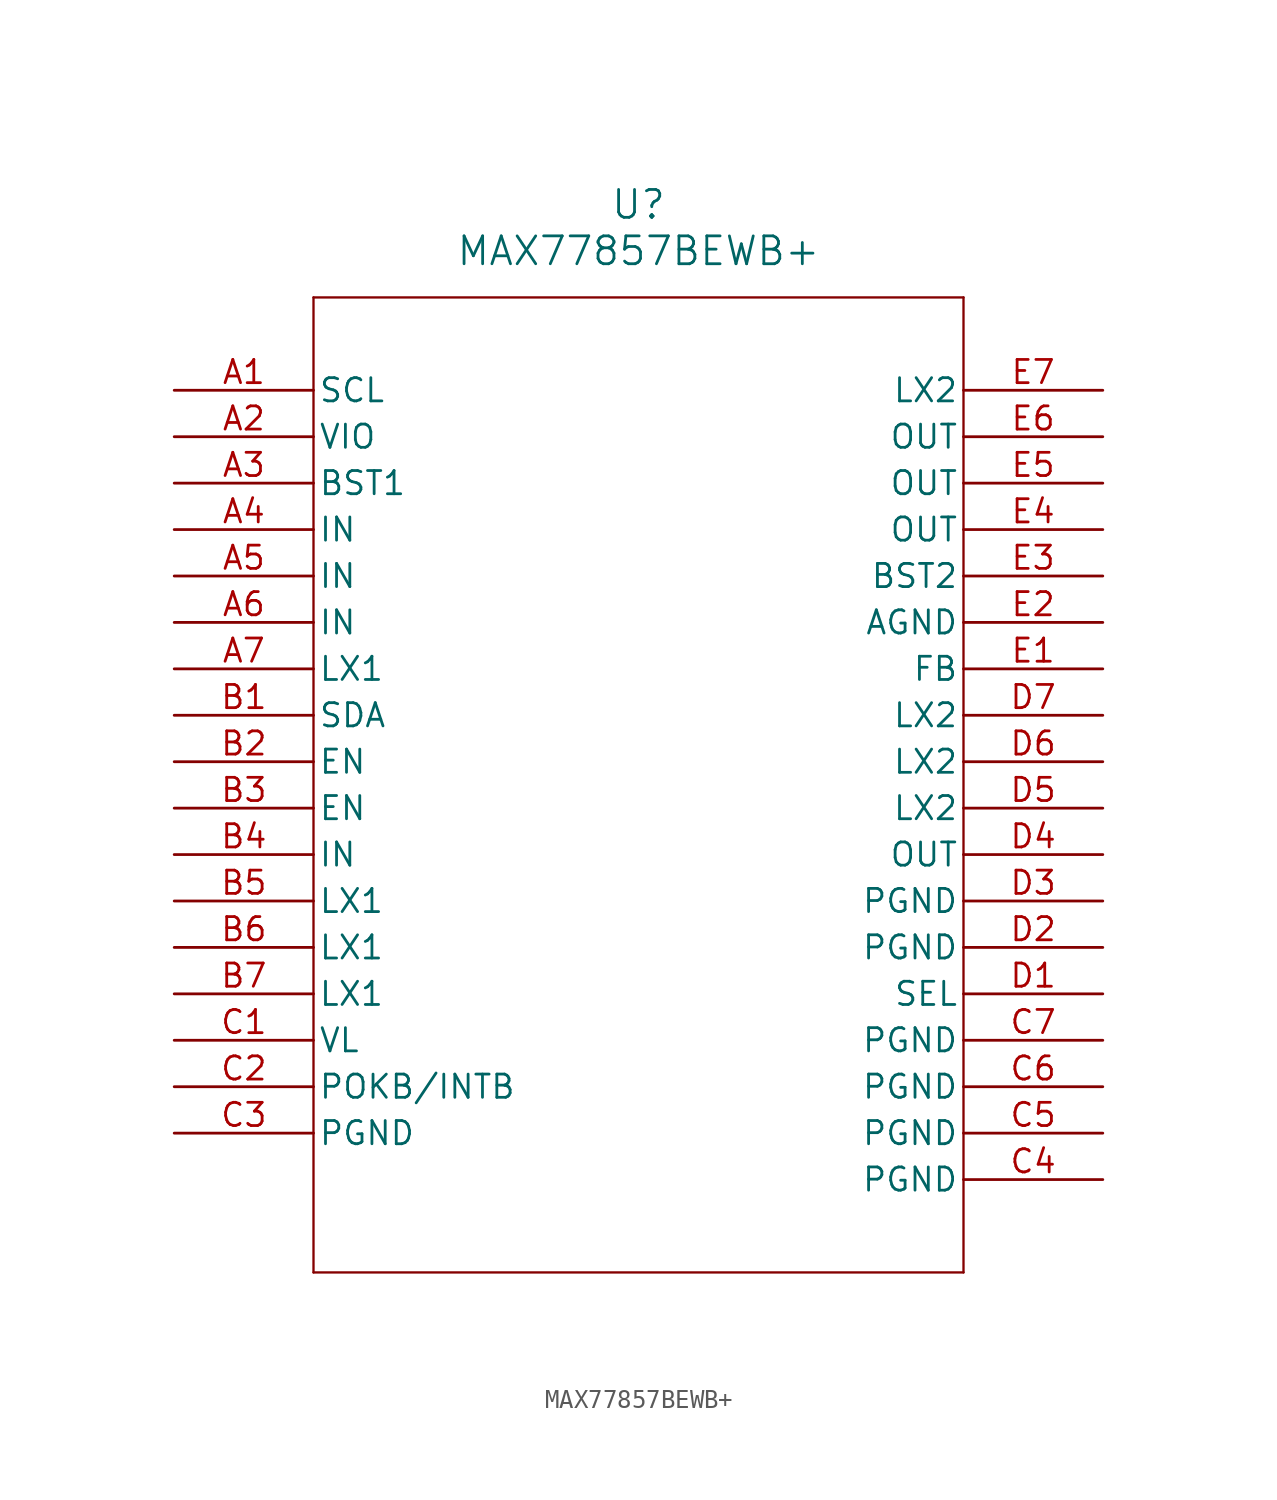
<source format=kicad_sym>
(kicad_symbol_lib
  (version 20211014)
  (generator kicad_symbol_editor)
  (symbol "MAX77857BEWB+"
    (pin_names
      (offset 0.254))
    (property "Reference" "U"
      (at 25.4 10.16 0)
      (effects (font (size 1.524 1.524))))
    (property "Value" "MAX77857BEWB+"
      (at 25.4 7.62 0)
      (effects (font (size 1.524 1.524))))
    (symbol "MAX77857BEWB+_0_1"
      (polyline (pts (xy 7.62 5.08) (xy 7.62 -48.26)) (stroke (width 0.127) (type default) (color 0 0 0 0)) (fill (type none)))
      (polyline (pts (xy 7.62 -48.26) (xy 43.18 -48.26)) (stroke (width 0.127) (type default) (color 0 0 0 0)) (fill (type none)))
      (polyline (pts (xy 43.18 -48.26) (xy 43.18 5.08)) (stroke (width 0.127) (type default) (color 0 0 0 0)) (fill (type none)))
      (polyline (pts (xy 43.18 5.08) (xy 7.62 5.08)) (stroke (width 0.127) (type default) (color 0 0 0 0)) (fill (type none)))
      (pin input line (at 0 0 0) (length 7.62) (name "SCL" (effects (font (size 1.27 1.27)))) (number "A1" (effects (font (size 1.27 1.27)))))
      (pin input line (at 0 -2.54 0) (length 7.62) (name "VIO" (effects (font (size 1.27 1.27)))) (number "A2" (effects (font (size 1.27 1.27)))))
      (pin unspecified line (at 0 -5.08 0) (length 7.62) (name "BST1" (effects (font (size 1.27 1.27)))) (number "A3" (effects (font (size 1.27 1.27)))))
      (pin input line (at 0 -7.62 0) (length 7.62) (name "IN" (effects (font (size 1.27 1.27)))) (number "A4" (effects (font (size 1.27 1.27)))))
      (pin input line (at 0 -10.16 0) (length 7.62) (name "IN" (effects (font (size 1.27 1.27)))) (number "A5" (effects (font (size 1.27 1.27)))))
      (pin input line (at 0 -12.7 0) (length 7.62) (name "IN" (effects (font (size 1.27 1.27)))) (number "A6" (effects (font (size 1.27 1.27)))))
      (pin power_in line (at 0 -15.24 0) (length 7.62) (name "LX1" (effects (font (size 1.27 1.27)))) (number "A7" (effects (font (size 1.27 1.27)))))
      (pin bidirectional line (at 0 -17.78 0) (length 7.62) (name "SDA" (effects (font (size 1.27 1.27)))) (number "B1" (effects (font (size 1.27 1.27)))))
      (pin input line (at 0 -20.32 0) (length 7.62) (name "EN" (effects (font (size 1.27 1.27)))) (number "B2" (effects (font (size 1.27 1.27)))))
      (pin input line (at 0 -22.86 0) (length 7.62) (name "EN" (effects (font (size 1.27 1.27)))) (number "B3" (effects (font (size 1.27 1.27)))))
      (pin input line (at 0 -25.4 0) (length 7.62) (name "IN" (effects (font (size 1.27 1.27)))) (number "B4" (effects (font (size 1.27 1.27)))))
      (pin power_in line (at 0 -27.94 0) (length 7.62) (name "LX1" (effects (font (size 1.27 1.27)))) (number "B5" (effects (font (size 1.27 1.27)))))
      (pin power_in line (at 0 -30.48 0) (length 7.62) (name "LX1" (effects (font (size 1.27 1.27)))) (number "B6" (effects (font (size 1.27 1.27)))))
      (pin power_in line (at 0 -33.02 0) (length 7.62) (name "LX1" (effects (font (size 1.27 1.27)))) (number "B7" (effects (font (size 1.27 1.27)))))
      (pin unspecified line (at 0 -35.56 0) (length 7.62) (name "VL" (effects (font (size 1.27 1.27)))) (number "C1" (effects (font (size 1.27 1.27)))))
      (pin output line (at 0 -38.1 0) (length 7.62) (name "POKB/INTB" (effects (font (size 1.27 1.27)))) (number "C2" (effects (font (size 1.27 1.27)))))
      (pin power_in line (at 0 -40.64 0) (length 7.62) (name "PGND" (effects (font (size 1.27 1.27)))) (number "C3" (effects (font (size 1.27 1.27)))))
      (pin power_in line (at 50.8 -43.18 180) (length 7.62) (name "PGND" (effects (font (size 1.27 1.27)))) (number "C4" (effects (font (size 1.27 1.27)))))
      (pin power_in line (at 50.8 -40.64 180) (length 7.62) (name "PGND" (effects (font (size 1.27 1.27)))) (number "C5" (effects (font (size 1.27 1.27)))))
      (pin power_in line (at 50.8 -38.1 180) (length 7.62) (name "PGND" (effects (font (size 1.27 1.27)))) (number "C6" (effects (font (size 1.27 1.27)))))
      (pin power_in line (at 50.8 -35.56 180) (length 7.62) (name "PGND" (effects (font (size 1.27 1.27)))) (number "C7" (effects (font (size 1.27 1.27)))))
      (pin unspecified line (at 50.8 -33.02 180) (length 7.62) (name "SEL" (effects (font (size 1.27 1.27)))) (number "D1" (effects (font (size 1.27 1.27)))))
      (pin power_in line (at 50.8 -30.48 180) (length 7.62) (name "PGND" (effects (font (size 1.27 1.27)))) (number "D2" (effects (font (size 1.27 1.27)))))
      (pin power_in line (at 50.8 -27.94 180) (length 7.62) (name "PGND" (effects (font (size 1.27 1.27)))) (number "D3" (effects (font (size 1.27 1.27)))))
      (pin output line (at 50.8 -25.4 180) (length 7.62) (name "OUT" (effects (font (size 1.27 1.27)))) (number "D4" (effects (font (size 1.27 1.27)))))
      (pin power_in line (at 50.8 -22.86 180) (length 7.62) (name "LX2" (effects (font (size 1.27 1.27)))) (number "D5" (effects (font (size 1.27 1.27)))))
      (pin power_in line (at 50.8 -20.32 180) (length 7.62) (name "LX2" (effects (font (size 1.27 1.27)))) (number "D6" (effects (font (size 1.27 1.27)))))
      (pin power_in line (at 50.8 -17.78 180) (length 7.62) (name "LX2" (effects (font (size 1.27 1.27)))) (number "D7" (effects (font (size 1.27 1.27)))))
      (pin unspecified line (at 50.8 -15.24 180) (length 7.62) (name "FB" (effects (font (size 1.27 1.27)))) (number "E1" (effects (font (size 1.27 1.27)))))
      (pin power_in line (at 50.8 -12.7 180) (length 7.62) (name "AGND" (effects (font (size 1.27 1.27)))) (number "E2" (effects (font (size 1.27 1.27)))))
      (pin input line (at 50.8 -10.16 180) (length 7.62) (name "BST2" (effects (font (size 1.27 1.27)))) (number "E3" (effects (font (size 1.27 1.27)))))
      (pin output line (at 50.8 -7.62 180) (length 7.62) (name "OUT" (effects (font (size 1.27 1.27)))) (number "E4" (effects (font (size 1.27 1.27)))))
      (pin output line (at 50.8 -5.08 180) (length 7.62) (name "OUT" (effects (font (size 1.27 1.27)))) (number "E5" (effects (font (size 1.27 1.27)))))
      (pin output line (at 50.8 -2.54 180) (length 7.62) (name "OUT" (effects (font (size 1.27 1.27)))) (number "E6" (effects (font (size 1.27 1.27)))))
      (pin power_in line (at 50.8 0 180) (length 7.62) (name "LX2" (effects (font (size 1.27 1.27)))) (number "E7" (effects (font (size 1.27 1.27))))))))
</source>
